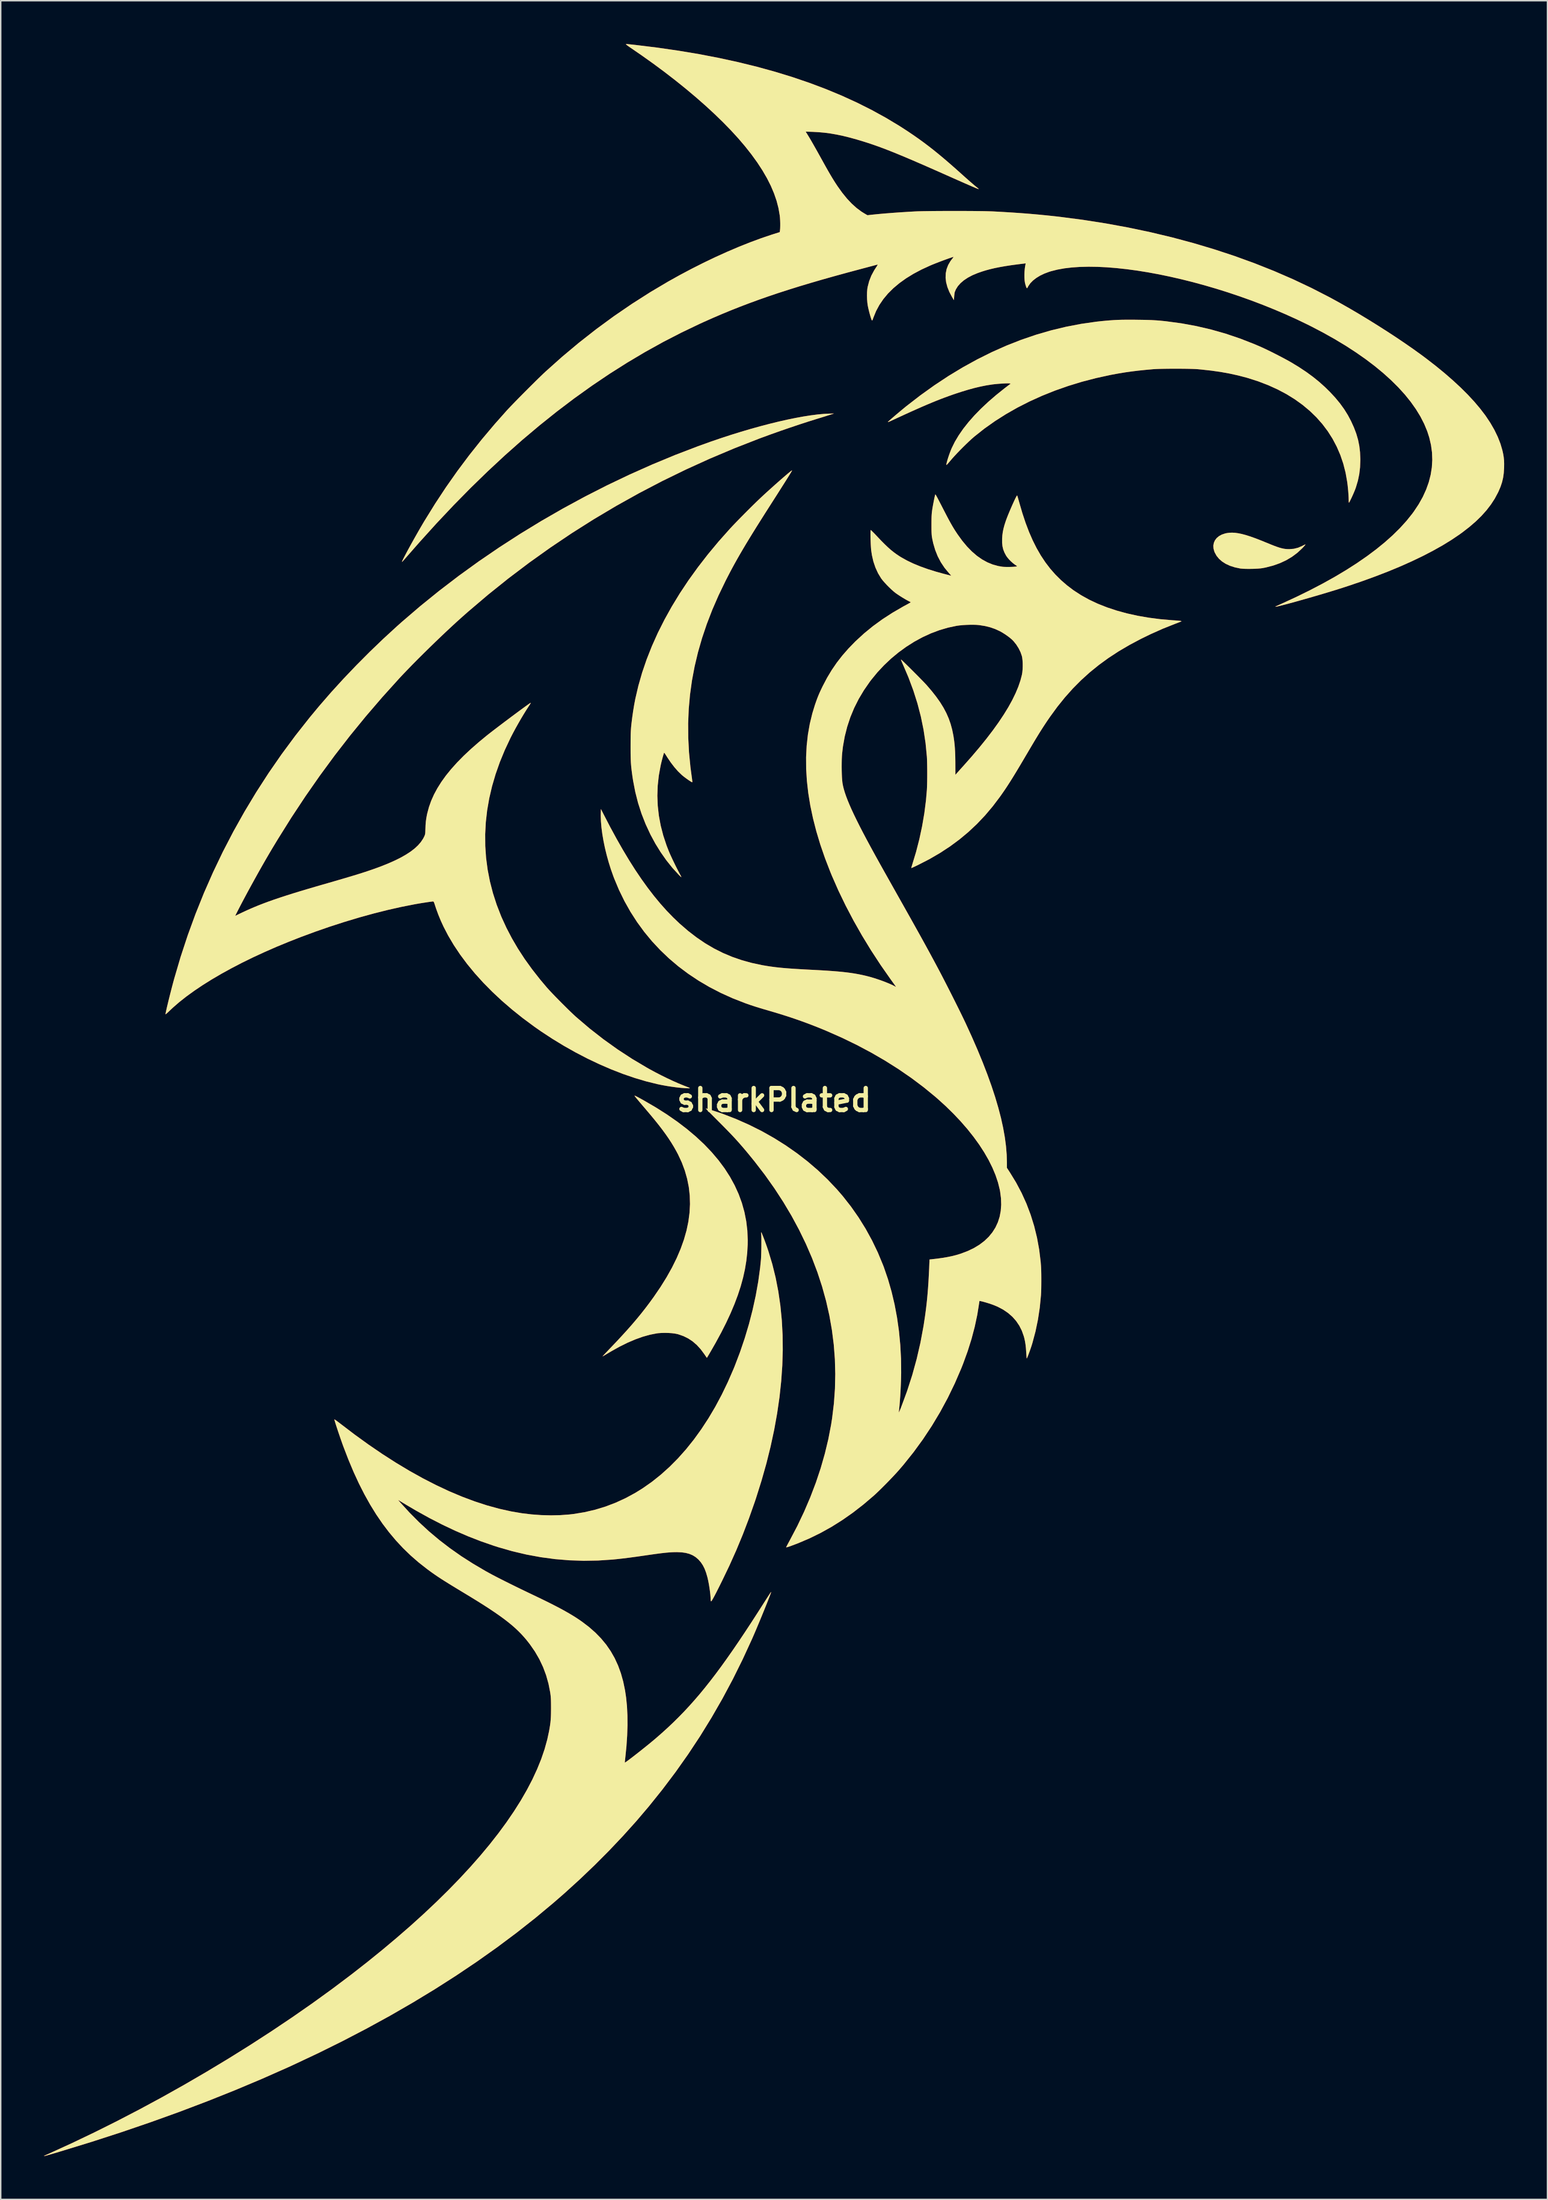
<source format=kicad_pcb>
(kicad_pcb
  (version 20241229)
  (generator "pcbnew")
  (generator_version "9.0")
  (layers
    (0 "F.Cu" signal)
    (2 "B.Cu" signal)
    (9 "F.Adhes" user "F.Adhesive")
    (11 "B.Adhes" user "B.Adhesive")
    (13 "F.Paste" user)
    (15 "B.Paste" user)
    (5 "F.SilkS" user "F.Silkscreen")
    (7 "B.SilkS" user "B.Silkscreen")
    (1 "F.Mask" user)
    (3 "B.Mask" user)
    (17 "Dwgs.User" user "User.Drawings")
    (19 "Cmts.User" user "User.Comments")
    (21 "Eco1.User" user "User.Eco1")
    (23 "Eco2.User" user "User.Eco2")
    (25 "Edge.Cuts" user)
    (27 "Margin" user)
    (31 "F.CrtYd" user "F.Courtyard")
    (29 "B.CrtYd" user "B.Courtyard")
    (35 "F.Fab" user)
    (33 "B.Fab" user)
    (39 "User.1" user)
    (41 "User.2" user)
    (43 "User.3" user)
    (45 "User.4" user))
  (footprint "sharkPlated"
    (layer "F.Cu")
    (at 50.603 73.182)
    (property "Reference" "sharkPlated" (at 0 0 0) (layer "F.SilkS") (effects (font (size 1.524 1.524) (thickness 0.3))))
    (attr through_hole)
    (pad "1" smd custom (at -21 -15) (size 1.524 1.524) (layers "F.Cu" "F.Mask" "F.SilkS" "F.Paste") (options (anchor circle)) (primitives (gr_poly (pts (xy 24.861 -32.487) (xy 24.758 -32.454) (xy 24.617 -32.41) (xy 24.45 -32.358) (xy 24.268 -32.301) (xy 24.082 -32.244) (xy 23.997 -32.218) (xy 23.397 -32.031) (xy 22.764 -31.825) (xy 22.11 -31.606) (xy 21.446 -31.377) (xy 20.786 -31.143) (xy 20.141 -30.907) (xy 19.955 -30.838) (xy 18.241 -30.168) (xy 16.551 -29.455) (xy 14.887 -28.699) (xy 13.249 -27.901) (xy 11.638 -27.06) (xy 10.055 -26.177) (xy 8.499 -25.252) (xy 6.973 -24.286) (xy 5.476 -23.279) (xy 4.009 -22.232) (xy 2.572 -21.145) (xy 1.167 -20.018) (xy -0.206 -18.851) (xy -0.615 -18.49) (xy -0.958 -18.182) (xy -1.324 -17.846) (xy -1.709 -17.487) (xy -2.105 -17.112) (xy -2.508 -16.725) (xy -2.912 -16.333) (xy -3.311 -15.94) (xy -3.699 -15.554) (xy -4.07 -15.179) (xy -4.418 -14.821) (xy -4.739 -14.486) (xy -4.974 -14.235) (xy -6.157 -12.924) (xy -7.297 -11.598) (xy -8.398 -10.251) (xy -9.461 -8.88) (xy -10.49 -7.48) (xy -11.489 -6.048) (xy -12.46 -4.58) (xy -13.405 -3.07) (xy -13.804 -2.41) (xy -14.023 -2.039) (xy -14.256 -1.639) (xy -14.497 -1.218) (xy -14.743 -0.783) (xy -14.989 -0.34) (xy -15.233 0.102) (xy -15.47 0.536) (xy -15.695 0.956) (xy -15.906 1.353) (xy -16.097 1.721) (xy -16.245 2.012) (xy -16.362 2.245) (xy -15.95 2.046) (xy -15.652 1.906) (xy -15.35 1.77) (xy -15.04 1.637) (xy -14.719 1.505) (xy -14.383 1.375) (xy -14.028 1.243) (xy -13.651 1.11) (xy -13.249 0.974) (xy -12.817 0.833) (xy -12.352 0.686) (xy -11.85 0.532) (xy -11.308 0.37) (xy -10.722 0.198) (xy -10.39 0.102) (xy -9.93 -0.03) (xy -9.516 -0.15) (xy -9.143 -0.259) (xy -8.807 -0.357) (xy -8.505 -0.447) (xy -8.233 -0.528) (xy -7.986 -0.603) (xy -7.762 -0.672) (xy -7.556 -0.737) (xy -7.364 -0.799) (xy -7.183 -0.859) (xy -7.008 -0.918) (xy -6.836 -0.977) (xy -6.788 -0.994) (xy -6.234 -1.196) (xy -5.73 -1.399) (xy -5.275 -1.601) (xy -4.866 -1.805) (xy -4.503 -2.012) (xy -4.185 -2.221) (xy -3.909 -2.434) (xy -3.676 -2.652) (xy -3.483 -2.875) (xy -3.329 -3.105) (xy -3.253 -3.25) (xy -3.221 -3.322) (xy -3.198 -3.383) (xy -3.183 -3.447) (xy -3.174 -3.524) (xy -3.169 -3.627) (xy -3.165 -3.768) (xy -3.164 -3.776) (xy -3.154 -4.052) (xy -3.134 -4.298) (xy -3.102 -4.531) (xy -3.057 -4.773) (xy -3.038 -4.858) (xy -2.921 -5.298) (xy -2.766 -5.735) (xy -2.571 -6.172) (xy -2.335 -6.609) (xy -2.059 -7.048) (xy -1.74 -7.491) (xy -1.377 -7.937) (xy -0.97 -8.39) (xy -0.518 -8.85) (xy -0.019 -9.318) (xy 0.527 -9.796) (xy 1.061 -10.237) (xy 1.185 -10.336) (xy 1.334 -10.452) (xy 1.505 -10.585) (xy 1.694 -10.729) (xy 1.897 -10.884) (xy 2.11 -11.045) (xy 2.329 -11.211) (xy 2.552 -11.378) (xy 2.773 -11.544) (xy 2.991 -11.706) (xy 3.199 -11.861) (xy 3.396 -12.006) (xy 3.577 -12.139) (xy 3.739 -12.257) (xy 3.878 -12.357) (xy 3.989 -12.436) (xy 4.07 -12.491) (xy 4.117 -12.52) (xy 4.127 -12.524) (xy 4.119 -12.5) (xy 4.087 -12.442) (xy 4.037 -12.362) (xy 3.988 -12.288) (xy 3.823 -12.034) (xy 3.643 -11.744) (xy 3.455 -11.43) (xy 3.266 -11.101) (xy 3.08 -10.77) (xy 2.905 -10.445) (xy 2.747 -10.139) (xy 2.729 -10.104) (xy 2.333 -9.262) (xy 1.987 -8.422) (xy 1.692 -7.584) (xy 1.447 -6.747) (xy 1.252 -5.912) (xy 1.107 -5.079) (xy 1.013 -4.249) (xy 0.97 -3.422) (xy 0.976 -2.599) (xy 1.033 -1.779) (xy 1.141 -0.962) (xy 1.299 -0.15) (xy 1.507 0.657) (xy 1.766 1.46) (xy 2.075 2.257) (xy 2.112 2.344) (xy 2.448 3.075) (xy 2.825 3.797) (xy 3.244 4.513) (xy 3.708 5.224) (xy 4.219 5.934) (xy 4.777 6.645) (xy 5.246 7.202) (xy 5.363 7.332) (xy 5.51 7.491) (xy 5.682 7.672) (xy 5.873 7.87) (xy 6.077 8.078) (xy 6.287 8.29) (xy 6.498 8.5) (xy 6.703 8.703) (xy 6.897 8.891) (xy 7.073 9.058) (xy 7.225 9.2) (xy 7.297 9.264) (xy 8.219 10.049) (xy 9.17 10.791) (xy 10.149 11.491) (xy 11.155 12.148) (xy 12.188 12.762) (xy 12.339 12.847) (xy 12.744 13.067) (xy 13.161 13.283) (xy 13.578 13.488) (xy 13.987 13.68) (xy 14.378 13.852) (xy 14.741 14.001) (xy 14.873 14.052) (xy 14.978 14.093) (xy 15.066 14.129) (xy 15.126 14.155) (xy 15.144 14.166) (xy 15.15 14.175) (xy 15.142 14.18) (xy 15.11 14.182) (xy 15.049 14.181) (xy 14.952 14.177) (xy 14.815 14.17) (xy 14.539 14.149) (xy 14.227 14.115) (xy 13.893 14.07) (xy 13.549 14.016) (xy 13.209 13.954) (xy 12.91 13.892) (xy 12.133 13.7) (xy 11.338 13.464) (xy 10.529 13.187) (xy 9.711 12.869) (xy 8.888 12.513) (xy 8.064 12.122) (xy 7.244 11.696) (xy 6.43 11.238) (xy 5.628 10.749) (xy 4.842 10.233) (xy 4.369 9.902) (xy 3.584 9.32) (xy 2.838 8.723) (xy 2.131 8.114) (xy 1.466 7.492) (xy 0.843 6.861) (xy 0.264 6.22) (xy -0.27 5.572) (xy -0.758 4.917) (xy -1.199 4.257) (xy -1.592 3.594) (xy -1.913 2.974) (xy -2.101 2.564) (xy -2.271 2.151) (xy -2.418 1.751) (xy -2.486 1.544) (xy -2.528 1.416) (xy -2.558 1.328) (xy -2.583 1.274) (xy -2.605 1.245) (xy -2.628 1.234) (xy -2.643 1.233) (xy -2.693 1.237) (xy -2.785 1.249) (xy -2.91 1.266) (xy -3.061 1.288) (xy -3.228 1.314) (xy -3.404 1.341) (xy -3.581 1.37) (xy -3.749 1.399) (xy -3.892 1.424) (xy -4.814 1.605) (xy -5.767 1.819) (xy -6.745 2.065) (xy -7.744 2.34) (xy -8.756 2.644) (xy -9.777 2.973) (xy -10.801 3.328) (xy -11.821 3.705) (xy -12.641 4.027) (xy -13.497 4.38) (xy -14.325 4.743) (xy -15.124 5.112) (xy -15.892 5.488) (xy -16.626 5.87) (xy -17.325 6.255) (xy -17.987 6.643) (xy -18.609 7.033) (xy -19.189 7.423) (xy -19.727 7.812) (xy -20.219 8.2) (xy -20.663 8.585) (xy -20.879 8.787) (xy -20.977 8.881) (xy -21.062 8.959) (xy -21.128 9.017) (xy -21.168 9.049) (xy -21.176 9.053) (xy -21.175 9.023) (xy -21.163 8.95) (xy -21.14 8.838) (xy -21.107 8.692) (xy -21.067 8.517) (xy -21.019 8.318) (xy -20.967 8.101) (xy -20.909 7.87) (xy -20.849 7.63) (xy -20.787 7.387) (xy -20.724 7.145) (xy -20.662 6.91) (xy -20.602 6.687) (xy -20.576 6.593) (xy -20.131 5.079) (xy -19.639 3.584) (xy -19.1 2.108) (xy -18.515 0.651) (xy -17.882 -0.787) (xy -17.204 -2.204) (xy -16.479 -3.601) (xy -15.709 -4.976) (xy -14.894 -6.329) (xy -14.034 -7.66) (xy -13.129 -8.967) (xy -12.179 -10.251) (xy -11.185 -11.511) (xy -10.54 -12.288) (xy -9.719 -13.234) (xy -8.856 -14.181) (xy -7.958 -15.122) (xy -7.034 -16.05) (xy -6.09 -16.957) (xy -5.134 -17.835) (xy -4.794 -18.137) (xy -3.525 -19.225) (xy -2.215 -20.285) (xy -0.866 -21.317) (xy 0.518 -22.318) (xy 1.936 -23.287) (xy 3.383 -24.222) (xy 4.859 -25.123) (xy 6.359 -25.986) (xy 7.881 -26.812) (xy 9.423 -27.597) (xy 10.983 -28.341) (xy 12.556 -29.042) (xy 14.14 -29.699) (xy 15.734 -30.309) (xy 16.631 -30.631) (xy 17.326 -30.868) (xy 18.018 -31.094) (xy 18.703 -31.306) (xy 19.377 -31.505) (xy 20.039 -31.689) (xy 20.684 -31.858) (xy 21.308 -32.011) (xy 21.91 -32.147) (xy 22.485 -32.265) (xy 23.03 -32.365) (xy 23.542 -32.445) (xy 24.017 -32.506) (xy 24.453 -32.546) (xy 24.759 -32.562) (xy 25.128 -32.573) (xy 24.861 -32.487)) (width 0.01) (fill yes))))
    (pad "1" smd custom (at -7 -29.75) (size 1.524 1.524) (layers "F.Cu" "F.Mask" "F.SilkS" "F.Paste") (options (anchor circle)) (primitives (gr_poly (pts (xy 8.237 -13.878) (xy 8.233 -13.864) (xy 8.214 -13.828) (xy 8.179 -13.768) (xy 8.127 -13.681) (xy 8.057 -13.567) (xy 7.968 -13.424) (xy 7.859 -13.25) (xy 7.729 -13.044) (xy 7.576 -12.803) (xy 7.4 -12.526) (xy 7.2 -12.211) (xy 6.974 -11.858) (xy 6.722 -11.463) (xy 6.721 -11.461) (xy 6.384 -10.934) (xy 6.075 -10.445) (xy 5.789 -9.991) (xy 5.526 -9.568) (xy 5.283 -9.173) (xy 5.057 -8.801) (xy 4.848 -8.45) (xy 4.652 -8.115) (xy 4.467 -7.793) (xy 4.292 -7.481) (xy 4.124 -7.175) (xy 3.961 -6.87) (xy 3.802 -6.564) (xy 3.642 -6.253) (xy 3.624 -6.216) (xy 3.144 -5.221) (xy 2.714 -4.233) (xy 2.334 -3.249) (xy 2.003 -2.268) (xy 1.721 -1.289) (xy 1.488 -0.31) (xy 1.303 0.671) (xy 1.167 1.655) (xy 1.078 2.644) (xy 1.037 3.64) (xy 1.044 4.644) (xy 1.097 5.658) (xy 1.197 6.683) (xy 1.287 7.356) (xy 1.305 7.484) (xy 1.318 7.593) (xy 1.326 7.674) (xy 1.327 7.717) (xy 1.326 7.721) (xy 1.298 7.715) (xy 1.239 7.683) (xy 1.154 7.629) (xy 1.052 7.56) (xy 0.94 7.481) (xy 0.825 7.396) (xy 0.716 7.312) (xy 0.619 7.232) (xy 0.596 7.212) (xy 0.347 6.972) (xy 0.096 6.687) (xy -0.154 6.362) (xy -0.399 6) (xy -0.458 5.906) (xy -0.518 5.811) (xy -0.57 5.734) (xy -0.606 5.685) (xy -0.62 5.671) (xy -0.635 5.694) (xy -0.658 5.76) (xy -0.689 5.86) (xy -0.725 5.987) (xy -0.764 6.133) (xy -0.804 6.291) (xy -0.843 6.453) (xy -0.873 6.585) (xy -0.998 7.276) (xy -1.073 7.967) (xy -1.097 8.659) (xy -1.07 9.35) (xy -0.993 10.042) (xy -0.864 10.733) (xy -0.685 11.424) (xy -0.456 12.114) (xy -0.299 12.516) (xy -0.229 12.679) (xy -0.14 12.874) (xy -0.039 13.092) (xy 0.071 13.32) (xy 0.182 13.547) (xy 0.29 13.761) (xy 0.389 13.951) (xy 0.456 14.076) (xy 0.506 14.168) (xy 0.544 14.242) (xy 0.564 14.287) (xy 0.566 14.297) (xy 0.547 14.284) (xy 0.499 14.241) (xy 0.433 14.176) (xy 0.379 14.122) (xy -0.056 13.645) (xy -0.471 13.125) (xy -0.862 12.568) (xy -1.227 11.979) (xy -1.56 11.363) (xy -1.574 11.335) (xy -1.903 10.627) (xy -2.186 9.905) (xy -2.424 9.165) (xy -2.618 8.403) (xy -2.77 7.616) (xy -2.815 7.322) (xy -2.847 7.092) (xy -2.873 6.888) (xy -2.895 6.7) (xy -2.911 6.52) (xy -2.924 6.34) (xy -2.932 6.149) (xy -2.938 5.941) (xy -2.942 5.706) (xy -2.943 5.434) (xy -2.943 5.214) (xy -2.942 4.942) (xy -2.941 4.714) (xy -2.938 4.52) (xy -2.934 4.353) (xy -2.928 4.206) (xy -2.92 4.069) (xy -2.91 3.935) (xy -2.896 3.796) (xy -2.884 3.677) (xy -2.832 3.251) (xy -2.769 2.811) (xy -2.698 2.379) (xy -2.622 1.975) (xy -2.617 1.95) (xy -2.404 1.038) (xy -2.142 0.124) (xy -1.829 -0.792) (xy -1.467 -1.707) (xy -1.057 -2.623) (xy -0.597 -3.537) (xy -0.09 -4.449) (xy 0.465 -5.359) (xy 1.067 -6.265) (xy 1.717 -7.166) (xy 2.412 -8.063) (xy 3.153 -8.954) (xy 3.94 -9.838) (xy 3.973 -9.874) (xy 4.119 -10.03) (xy 4.295 -10.214) (xy 4.494 -10.42) (xy 4.71 -10.641) (xy 4.937 -10.87) (xy 5.166 -11.101) (xy 5.393 -11.327) (xy 5.61 -11.54) (xy 5.811 -11.736) (xy 5.987 -11.904) (xy 6.145 -12.053) (xy 6.317 -12.213) (xy 6.501 -12.381) (xy 6.693 -12.555) (xy 6.888 -12.73) (xy 7.083 -12.905) (xy 7.275 -13.074) (xy 7.459 -13.236) (xy 7.633 -13.387) (xy 7.791 -13.524) (xy 7.932 -13.643) (xy 8.05 -13.741) (xy 8.142 -13.815) (xy 8.205 -13.862) (xy 8.235 -13.879) (xy 8.237 -13.878)) (width 0.01) (fill yes))))
    (pad "1" smd custom (at -4.75 27.25) (size 1.524 1.524) (layers "F.Cu" "F.Mask" "F.SilkS" "F.Paste") (options (anchor circle)) (primitives (gr_poly (pts (xy 3.871 -18.058) (xy 3.902 -17.993) (xy 3.944 -17.892) (xy 3.996 -17.763) (xy 4.055 -17.61) (xy 4.118 -17.44) (xy 4.183 -17.26) (xy 4.249 -17.075) (xy 4.311 -16.892) (xy 4.347 -16.785) (xy 4.621 -15.876) (xy 4.851 -14.943) (xy 5.037 -13.985) (xy 5.179 -13.004) (xy 5.278 -12) (xy 5.333 -10.975) (xy 5.345 -9.928) (xy 5.313 -8.86) (xy 5.237 -7.773) (xy 5.119 -6.667) (xy 4.956 -5.543) (xy 4.751 -4.402) (xy 4.502 -3.243) (xy 4.21 -2.069) (xy 3.874 -0.88) (xy 3.496 0.323) (xy 3.405 0.596) (xy 3.002 1.739) (xy 2.579 2.848) (xy 2.128 3.936) (xy 1.645 5.015) (xy 1.142 6.062) (xy 0.983 6.382) (xy 0.845 6.657) (xy 0.727 6.89) (xy 0.627 7.082) (xy 0.545 7.234) (xy 0.481 7.349) (xy 0.432 7.428) (xy 0.399 7.472) (xy 0.381 7.484) (xy 0.38 7.484) (xy 0.365 7.451) (xy 0.357 7.387) (xy 0.356 7.35) (xy 0.349 7.19) (xy 0.332 6.993) (xy 0.305 6.77) (xy 0.271 6.534) (xy 0.232 6.296) (xy 0.188 6.068) (xy 0.142 5.862) (xy 0.127 5.803) (xy 0.036 5.492) (xy -0.066 5.223) (xy -0.184 4.991) (xy -0.32 4.786) (xy -0.479 4.603) (xy -0.505 4.576) (xy -0.688 4.419) (xy -0.891 4.293) (xy -1.117 4.196) (xy -1.372 4.128) (xy -1.659 4.087) (xy -1.984 4.073) (xy -2.248 4.077) (xy -2.392 4.084) (xy -2.542 4.095) (xy -2.704 4.109) (xy -2.881 4.127) (xy -3.081 4.15) (xy -3.308 4.179) (xy -3.569 4.215) (xy -3.868 4.257) (xy -4.212 4.307) (xy -4.225 4.309) (xy -4.777 4.388) (xy -5.281 4.456) (xy -5.739 4.513) (xy -6.152 4.559) (xy -6.445 4.588) (xy -7.45 4.655) (xy -8.449 4.672) (xy -9.443 4.639) (xy -10.434 4.557) (xy -11.423 4.424) (xy -12.411 4.242) (xy -13.399 4.009) (xy -14.388 3.725) (xy -14.681 3.631) (xy -15.57 3.323) (xy -16.455 2.979) (xy -17.341 2.597) (xy -18.232 2.176) (xy -19.132 1.714) (xy -20.045 1.208) (xy -20.733 0.804) (xy -21.336 0.441) (xy -21.155 0.648) (xy -20.515 1.348) (xy -19.855 2.012) (xy -19.172 2.642) (xy -18.46 3.24) (xy -17.716 3.811) (xy -16.937 4.358) (xy -16.118 4.882) (xy -15.256 5.389) (xy -14.96 5.552) (xy -14.749 5.666) (xy -14.498 5.797) (xy -14.211 5.944) (xy -13.895 6.104) (xy -13.555 6.273) (xy -13.196 6.45) (xy -12.825 6.631) (xy -12.447 6.813) (xy -12.068 6.995) (xy -12.052 7.002) (xy -11.572 7.232) (xy -11.135 7.444) (xy -10.738 7.641) (xy -10.376 7.826) (xy -10.047 7.999) (xy -9.746 8.164) (xy -9.469 8.322) (xy -9.213 8.475) (xy -8.974 8.625) (xy -8.748 8.775) (xy -8.562 8.904) (xy -8.078 9.273) (xy -7.638 9.66) (xy -7.242 10.067) (xy -6.888 10.495) (xy -6.576 10.948) (xy -6.303 11.428) (xy -6.07 11.936) (xy -5.873 12.475) (xy -5.713 13.047) (xy -5.587 13.654) (xy -5.513 14.152) (xy -5.453 14.753) (xy -5.421 15.393) (xy -5.416 16.07) (xy -5.439 16.779) (xy -5.488 17.517) (xy -5.562 18.253) (xy -5.577 18.391) (xy -5.589 18.51) (xy -5.598 18.601) (xy -5.602 18.656) (xy -5.601 18.668) (xy -5.577 18.658) (xy -5.517 18.62) (xy -5.426 18.555) (xy -5.308 18.468) (xy -5.168 18.362) (xy -5.009 18.24) (xy -4.835 18.105) (xy -4.651 17.961) (xy -4.46 17.81) (xy -4.268 17.656) (xy -4.077 17.503) (xy -3.892 17.353) (xy -3.718 17.209) (xy -3.558 17.076) (xy -3.417 16.956) (xy -3.016 16.605) (xy -2.626 16.251) (xy -2.245 15.891) (xy -1.872 15.523) (xy -1.503 15.145) (xy -1.139 14.754) (xy -0.776 14.348) (xy -0.412 13.925) (xy -0.047 13.481) (xy 0.323 13.015) (xy 0.699 12.525) (xy 1.083 12.007) (xy 1.476 11.46) (xy 1.882 10.881) (xy 2.301 10.268) (xy 2.736 9.618) (xy 3.188 8.93) (xy 3.66 8.199) (xy 3.999 7.668) (xy 4.117 7.484) (xy 4.225 7.315) (xy 4.322 7.164) (xy 4.405 7.038) (xy 4.47 6.939) (xy 4.514 6.873) (xy 4.536 6.845) (xy 4.537 6.844) (xy 4.532 6.871) (xy 4.509 6.941) (xy 4.47 7.049) (xy 4.416 7.19) (xy 4.349 7.361) (xy 4.272 7.558) (xy 4.185 7.774) (xy 4.091 8.008) (xy 3.991 8.253) (xy 3.888 8.506) (xy 3.782 8.763) (xy 3.675 9.019) (xy 3.57 9.269) (xy 3.469 9.51) (xy 3.372 9.736) (xy 3.281 9.945) (xy 3.219 10.088) (xy 2.567 11.505) (xy 1.883 12.885) (xy 1.164 14.23) (xy 0.41 15.542) (xy -0.381 16.826) (xy -1.212 18.083) (xy -2.084 19.317) (xy -2.999 20.53) (xy -3.935 21.696) (xy -4.806 22.72) (xy -5.725 23.742) (xy -6.685 24.756) (xy -7.683 25.758) (xy -8.715 26.744) (xy -9.776 27.709) (xy -10.536 28.371) (xy -11.794 29.42) (xy -13.099 30.449) (xy -14.45 31.459) (xy -15.847 32.449) (xy -17.289 33.419) (xy -18.776 34.369) (xy -20.308 35.298) (xy -21.883 36.207) (xy -23.503 37.094) (xy -25.165 37.96) (xy -26.87 38.804) (xy -28.617 39.626) (xy -28.956 39.781) (xy -30.77 40.584) (xy -32.63 41.366) (xy -34.536 42.127) (xy -36.485 42.867) (xy -38.478 43.584) (xy -40.515 44.28) (xy -42.593 44.953) (xy -44.713 45.603) (xy -44.956 45.676) (xy -45.195 45.747) (xy -45.39 45.804) (xy -45.545 45.849) (xy -45.663 45.882) (xy -45.748 45.905) (xy -45.805 45.919) (xy -45.837 45.925) (xy -45.848 45.924) (xy -45.845 45.918) (xy -45.819 45.905) (xy -45.755 45.875) (xy -45.661 45.832) (xy -45.546 45.78) (xy -45.478 45.75) (xy -43.926 45.041) (xy -42.364 44.294) (xy -40.798 43.512) (xy -39.232 42.698) (xy -37.671 41.855) (xy -36.119 40.984) (xy -34.581 40.089) (xy -33.061 39.173) (xy -31.565 38.239) (xy -30.096 37.288) (xy -28.659 36.324) (xy -27.258 35.349) (xy -25.9 34.367) (xy -24.587 33.379) (xy -24.511 33.321) (xy -23.432 32.477) (xy -22.395 31.637) (xy -21.399 30.801) (xy -20.444 29.971) (xy -19.532 29.146) (xy -18.662 28.326) (xy -17.835 27.513) (xy -17.051 26.707) (xy -16.311 25.908) (xy -15.614 25.117) (xy -14.962 24.334) (xy -14.355 23.56) (xy -13.793 22.795) (xy -13.277 22.039) (xy -12.806 21.294) (xy -12.382 20.559) (xy -12.004 19.835) (xy -11.674 19.122) (xy -11.39 18.422) (xy -11.155 17.734) (xy -10.968 17.059) (xy -10.848 16.502) (xy -10.806 16.268) (xy -10.773 16.063) (xy -10.748 15.875) (xy -10.731 15.691) (xy -10.719 15.5) (xy -10.712 15.289) (xy -10.709 15.048) (xy -10.708 14.876) (xy -10.709 14.651) (xy -10.711 14.467) (xy -10.715 14.315) (xy -10.721 14.186) (xy -10.73 14.071) (xy -10.743 13.959) (xy -10.759 13.843) (xy -10.765 13.799) (xy -10.884 13.193) (xy -11.049 12.607) (xy -11.26 12.042) (xy -11.518 11.496) (xy -11.823 10.969) (xy -12.176 10.459) (xy -12.415 10.155) (xy -12.597 9.943) (xy -12.787 9.736) (xy -12.989 9.532) (xy -13.206 9.328) (xy -13.441 9.123) (xy -13.697 8.915) (xy -13.975 8.7) (xy -14.28 8.478) (xy -14.615 8.245) (xy -14.981 8) (xy -15.382 7.74) (xy -15.821 7.464) (xy -16.301 7.169) (xy -16.662 6.95) (xy -17.015 6.737) (xy -17.328 6.547) (xy -17.607 6.377) (xy -17.854 6.224) (xy -18.076 6.086) (xy -18.275 5.959) (xy -18.457 5.84) (xy -18.626 5.728) (xy -18.786 5.618) (xy -18.941 5.509) (xy -19.097 5.397) (xy -19.257 5.279) (xy -19.317 5.234) (xy -19.891 4.784) (xy -20.438 4.307) (xy -20.961 3.802) (xy -21.459 3.268) (xy -21.935 2.701) (xy -22.39 2.101) (xy -22.825 1.464) (xy -23.241 0.79) (xy -23.64 0.076) (xy -24.024 -0.679) (xy -24.393 -1.479) (xy -24.748 -2.324) (xy -25.092 -3.217) (xy -25.108 -3.26) (xy -25.172 -3.435) (xy -25.239 -3.626) (xy -25.309 -3.827) (xy -25.379 -4.031) (xy -25.448 -4.233) (xy -25.513 -4.428) (xy -25.573 -4.61) (xy -25.625 -4.772) (xy -25.668 -4.91) (xy -25.7 -5.017) (xy -25.719 -5.088) (xy -25.723 -5.116) (xy -25.723 -5.117) (xy -25.7 -5.106) (xy -25.643 -5.068) (xy -25.559 -5.007) (xy -25.454 -4.929) (xy -25.333 -4.836) (xy -25.307 -4.816) (xy -24.329 -4.071) (xy -23.361 -3.372) (xy -22.403 -2.718) (xy -21.455 -2.11) (xy -20.518 -1.548) (xy -19.592 -1.033) (xy -18.678 -0.564) (xy -17.777 -0.141) (xy -16.888 0.234) (xy -16.012 0.562) (xy -15.15 0.843) (xy -14.302 1.076) (xy -13.469 1.261) (xy -12.722 1.388) (xy -12.057 1.467) (xy -11.387 1.516) (xy -10.722 1.533) (xy -10.072 1.519) (xy -9.446 1.473) (xy -9.144 1.438) (xy -8.391 1.314) (xy -7.654 1.142) (xy -6.932 0.922) (xy -6.227 0.653) (xy -5.539 0.337) (xy -4.868 -0.027) (xy -4.356 -0.345) (xy -3.716 -0.794) (xy -3.095 -1.29) (xy -2.493 -1.832) (xy -1.911 -2.418) (xy -1.35 -3.048) (xy -0.81 -3.722) (xy -0.293 -4.438) (xy 0.202 -5.195) (xy 0.674 -5.992) (xy 1.121 -6.829) (xy 1.544 -7.705) (xy 1.942 -8.619) (xy 2.023 -8.817) (xy 2.388 -9.775) (xy 2.718 -10.748) (xy 3.011 -11.73) (xy 3.265 -12.716) (xy 3.48 -13.698) (xy 3.654 -14.672) (xy 3.785 -15.631) (xy 3.84 -16.176) (xy 3.848 -16.293) (xy 3.855 -16.442) (xy 3.861 -16.615) (xy 3.866 -16.805) (xy 3.87 -17.003) (xy 3.872 -17.203) (xy 3.872 -17.397) (xy 3.872 -17.577) (xy 3.87 -17.736) (xy 3.866 -17.867) (xy 3.86 -17.961) (xy 3.854 -18.011) (xy 3.846 -18.06) (xy 3.855 -18.081) (xy 3.871 -18.058)) (width 0.01) (fill yes))))
    (pad "1" smd custom (at -4 10.75) (size 1.524 1.524) (layers "F.Cu" "F.Mask" "F.SilkS" "F.Paste") (options (anchor circle)) (primitives (gr_poly (pts (xy -5.619 -11.036) (xy -5.562 -11.009) (xy -5.477 -10.965) (xy -5.361 -10.903) (xy -5.208 -10.819) (xy -5.017 -10.712) (xy -4.199 -10.236) (xy -3.43 -9.748) (xy -2.711 -9.248) (xy -2.041 -8.737) (xy -1.421 -8.214) (xy -0.85 -7.68) (xy -0.329 -7.135) (xy 0.143 -6.577) (xy 0.566 -6.009) (xy 0.939 -5.428) (xy 1.262 -4.837) (xy 1.537 -4.233) (xy 1.762 -3.618) (xy 1.937 -2.991) (xy 2.063 -2.353) (xy 2.14 -1.703) (xy 2.167 -1.042) (xy 2.163 -0.73) (xy 2.131 -0.163) (xy 2.067 0.406) (xy 1.972 0.98) (xy 1.843 1.562) (xy 1.681 2.154) (xy 1.483 2.759) (xy 1.25 3.38) (xy 0.981 4.019) (xy 0.674 4.679) (xy 0.329 5.361) (xy -0.056 6.07) (xy -0.357 6.597) (xy -0.441 6.741) (xy -0.516 6.87) (xy -0.58 6.976) (xy -0.627 7.054) (xy -0.654 7.099) (xy -0.66 7.106) (xy -0.675 7.086) (xy -0.713 7.033) (xy -0.768 6.953) (xy -0.832 6.859) (xy -1.084 6.518) (xy -1.352 6.224) (xy -1.64 5.975) (xy -1.949 5.769) (xy -2.281 5.604) (xy -2.641 5.479) (xy -2.704 5.462) (xy -2.879 5.427) (xy -3.09 5.401) (xy -3.324 5.385) (xy -3.568 5.379) (xy -3.807 5.385) (xy -4.03 5.401) (xy -4.142 5.416) (xy -4.616 5.509) (xy -5.112 5.649) (xy -5.628 5.834) (xy -6.165 6.064) (xy -6.72 6.339) (xy -7.294 6.659) (xy -7.469 6.764) (xy -7.597 6.84) (xy -7.708 6.907) (xy -7.798 6.959) (xy -7.857 6.993) (xy -7.88 7.005) (xy -7.866 6.987) (xy -7.821 6.937) (xy -7.749 6.86) (xy -7.655 6.76) (xy -7.541 6.641) (xy -7.414 6.507) (xy -7.361 6.452) (xy -6.928 5.998) (xy -6.53 5.57) (xy -6.162 5.165) (xy -5.82 4.776) (xy -5.5 4.399) (xy -5.196 4.028) (xy -4.906 3.658) (xy -4.623 3.283) (xy -4.345 2.9) (xy -3.872 2.208) (xy -3.449 1.528) (xy -3.074 0.859) (xy -2.749 0.201) (xy -2.473 -0.446) (xy -2.246 -1.083) (xy -2.067 -1.711) (xy -1.938 -2.329) (xy -1.858 -2.938) (xy -1.826 -3.539) (xy -1.843 -4.131) (xy -1.908 -4.716) (xy -2.023 -5.293) (xy -2.185 -5.864) (xy -2.396 -6.428) (xy -2.656 -6.986) (xy -2.769 -7.199) (xy -2.936 -7.495) (xy -3.114 -7.789) (xy -3.306 -8.084) (xy -3.516 -8.387) (xy -3.747 -8.702) (xy -4.002 -9.034) (xy -4.286 -9.388) (xy -4.602 -9.769) (xy -4.775 -9.973) (xy -4.972 -10.205) (xy -5.139 -10.401) (xy -5.278 -10.565) (xy -5.391 -10.699) (xy -5.481 -10.806) (xy -5.55 -10.889) (xy -5.6 -10.951) (xy -5.635 -10.995) (xy -5.656 -11.024) (xy -5.666 -11.04) (xy -5.668 -11.048) (xy -5.667 -11.048) (xy -5.653 -11.048) (xy -5.619 -11.036)) (width 0.01) (fill yes))))
    (pad "1" smd custom (at 19.25 -31.25) (size 1.524 1.524) (layers "F.Cu" "F.Mask" "F.SilkS" "F.Paste") (options (anchor circle)) (primitives (gr_poly (pts (xy -8.068 -10.707) (xy -8.055 -10.692) (xy -8.036 -10.663) (xy -8.009 -10.617) (xy -7.971 -10.548) (xy -7.92 -10.454) (xy -7.856 -10.331) (xy -7.775 -10.174) (xy -7.675 -9.981) (xy -7.554 -9.746) (xy -7.528 -9.695) (xy -7.375 -9.399) (xy -7.241 -9.142) (xy -7.122 -8.919) (xy -7.013 -8.722) (xy -6.912 -8.545) (xy -6.815 -8.382) (xy -6.718 -8.226) (xy -6.617 -8.072) (xy -6.531 -7.943) (xy -6.209 -7.499) (xy -5.88 -7.105) (xy -5.543 -6.76) (xy -5.198 -6.463) (xy -4.844 -6.215) (xy -4.48 -6.014) (xy -4.104 -5.86) (xy -3.717 -5.753) (xy -3.438 -5.705) (xy -3.327 -5.695) (xy -3.184 -5.69) (xy -3.024 -5.688) (xy -2.858 -5.691) (xy -2.702 -5.698) (xy -2.567 -5.707) (xy -2.467 -5.72) (xy -2.453 -5.723) (xy -2.42 -5.732) (xy -2.411 -5.745) (xy -2.43 -5.767) (xy -2.482 -5.805) (xy -2.555 -5.854) (xy -2.693 -5.958) (xy -2.837 -6.087) (xy -2.975 -6.228) (xy -3.092 -6.367) (xy -3.168 -6.477) (xy -3.283 -6.694) (xy -3.366 -6.906) (xy -3.418 -7.127) (xy -3.443 -7.369) (xy -3.443 -7.645) (xy -3.443 -7.65) (xy -3.427 -7.888) (xy -3.396 -8.118) (xy -3.348 -8.352) (xy -3.28 -8.603) (xy -3.195 -8.865) (xy -3.149 -8.994) (xy -3.092 -9.145) (xy -3.025 -9.312) (xy -2.951 -9.491) (xy -2.873 -9.675) (xy -2.794 -9.858) (xy -2.716 -10.035) (xy -2.641 -10.2) (xy -2.572 -10.347) (xy -2.512 -10.47) (xy -2.463 -10.564) (xy -2.428 -10.624) (xy -2.409 -10.642) (xy -2.408 -10.641) (xy -2.396 -10.612) (xy -2.373 -10.541) (xy -2.342 -10.437) (xy -2.305 -10.307) (xy -2.264 -10.159) (xy -2.258 -10.139) (xy -2.048 -9.421) (xy -1.825 -8.749) (xy -1.587 -8.122) (xy -1.332 -7.537) (xy -1.059 -6.992) (xy -0.766 -6.484) (xy -0.452 -6.011) (xy -0.116 -5.571) (xy 0.245 -5.16) (xy 0.631 -4.777) (xy 1.044 -4.419) (xy 1.486 -4.084) (xy 1.514 -4.064) (xy 2.031 -3.729) (xy 2.588 -3.421) (xy 3.186 -3.14) (xy 3.822 -2.888) (xy 4.495 -2.665) (xy 5.203 -2.471) (xy 5.945 -2.307) (xy 6.719 -2.173) (xy 7.523 -2.069) (xy 8.322 -1.999) (xy 8.53 -1.985) (xy 8.693 -1.972) (xy 8.814 -1.962) (xy 8.898 -1.953) (xy 8.949 -1.944) (xy 8.974 -1.936) (xy 8.974 -1.927) (xy 8.968 -1.922) (xy 8.932 -1.906) (xy 8.858 -1.877) (xy 8.755 -1.837) (xy 8.633 -1.79) (xy 8.581 -1.771) (xy 7.709 -1.425) (xy 6.829 -1.033) (xy 6.175 -0.714) (xy 5.382 -0.293) (xy 4.634 0.146) (xy 3.927 0.608) (xy 3.259 1.094) (xy 2.625 1.608) (xy 2.023 2.153) (xy 1.45 2.73) (xy 0.901 3.345) (xy 0.375 3.998) (xy -0.133 4.694) (xy -0.347 5.006) (xy -0.455 5.168) (xy -0.558 5.325) (xy -0.658 5.48) (xy -0.759 5.638) (xy -0.864 5.804) (xy -0.974 5.984) (xy -1.095 6.182) (xy -1.228 6.403) (xy -1.376 6.652) (xy -1.543 6.934) (xy -1.731 7.253) (xy -1.788 7.349) (xy -2.013 7.731) (xy -2.217 8.075) (xy -2.401 8.382) (xy -2.569 8.659) (xy -2.722 8.909) (xy -2.865 9.137) (xy -2.999 9.347) (xy -3.127 9.544) (xy -3.252 9.731) (xy -3.378 9.915) (xy -3.506 10.098) (xy -3.601 10.232) (xy -4.105 10.898) (xy -4.635 11.525) (xy -5.194 12.114) (xy -5.783 12.667) (xy -6.405 13.185) (xy -7.062 13.671) (xy -7.757 14.126) (xy -8.492 14.553) (xy -9.268 14.952) (xy -9.315 14.975) (xy -9.448 15.038) (xy -9.564 15.093) (xy -9.656 15.134) (xy -9.716 15.16) (xy -9.738 15.167) (xy -9.734 15.141) (xy -9.717 15.078) (xy -9.69 14.989) (xy -9.672 14.93) (xy -9.409 14.059) (xy -9.18 13.17) (xy -8.988 12.271) (xy -8.834 11.372) (xy -8.721 10.483) (xy -8.659 9.766) (xy -8.65 9.595) (xy -8.643 9.384) (xy -8.638 9.143) (xy -8.635 8.883) (xy -8.634 8.613) (xy -8.635 8.343) (xy -8.638 8.084) (xy -8.643 7.844) (xy -8.649 7.634) (xy -8.658 7.464) (xy -8.659 7.45) (xy -8.749 6.517) (xy -8.888 5.593) (xy -9.075 4.676) (xy -9.312 3.766) (xy -9.599 2.86) (xy -9.936 1.957) (xy -10.287 1.134) (xy -10.345 1.004) (xy -10.394 0.891) (xy -10.43 0.802) (xy -10.451 0.745) (xy -10.454 0.728) (xy -10.433 0.743) (xy -10.382 0.789) (xy -10.302 0.863) (xy -10.2 0.962) (xy -10.079 1.08) (xy -9.942 1.214) (xy -9.795 1.36) (xy -9.641 1.513) (xy -9.485 1.67) (xy -9.329 1.826) (xy -9.18 1.978) (xy -9.04 2.121) (xy -8.914 2.25) (xy -8.806 2.363) (xy -8.72 2.455) (xy -8.674 2.505) (xy -8.323 2.915) (xy -8.015 3.307) (xy -7.746 3.687) (xy -7.515 4.059) (xy -7.319 4.43) (xy -7.155 4.804) (xy -7.021 5.186) (xy -6.913 5.583) (xy -6.829 5.998) (xy -6.806 6.144) (xy -6.772 6.385) (xy -6.745 6.626) (xy -6.725 6.875) (xy -6.71 7.142) (xy -6.7 7.436) (xy -6.694 7.766) (xy -6.693 7.954) (xy -6.69 8.724) (xy -6.614 8.636) (xy -6.575 8.592) (xy -6.509 8.518) (xy -6.42 8.418) (xy -6.314 8.3) (xy -6.197 8.17) (xy -6.117 8.082) (xy -5.543 7.433) (xy -5.013 6.808) (xy -4.527 6.207) (xy -4.085 5.629) (xy -3.685 5.072) (xy -3.329 4.538) (xy -3.014 4.025) (xy -2.742 3.532) (xy -2.512 3.059) (xy -2.322 2.606) (xy -2.174 2.172) (xy -2.073 1.786) (xy -2.043 1.612) (xy -2.024 1.409) (xy -2.016 1.191) (xy -2.017 0.972) (xy -2.03 0.766) (xy -2.052 0.586) (xy -2.075 0.478) (xy -2.168 0.21) (xy -2.301 -0.059) (xy -2.464 -0.317) (xy -2.65 -0.548) (xy -2.756 -0.657) (xy -2.892 -0.775) (xy -3.06 -0.903) (xy -3.244 -1.031) (xy -3.43 -1.149) (xy -3.6 -1.244) (xy -3.926 -1.394) (xy -4.263 -1.512) (xy -4.622 -1.602) (xy -5.015 -1.665) (xy -5.063 -1.671) (xy -5.236 -1.685) (xy -5.447 -1.691) (xy -5.681 -1.69) (xy -5.924 -1.682) (xy -6.164 -1.668) (xy -6.388 -1.647) (xy -6.58 -1.622) (xy -6.598 -1.619) (xy -7.199 -1.492) (xy -7.796 -1.316) (xy -8.387 -1.094) (xy -8.97 -0.826) (xy -9.539 -0.516) (xy -10.094 -0.164) (xy -10.63 0.226) (xy -11.145 0.653) (xy -11.635 1.116) (xy -12.098 1.611) (xy -12.53 2.138) (xy -12.619 2.256) (xy -13.028 2.846) (xy -13.39 3.452) (xy -13.704 4.076) (xy -13.97 4.718) (xy -14.188 5.377) (xy -14.36 6.055) (xy -14.484 6.751) (xy -14.54 7.228) (xy -14.555 7.423) (xy -14.565 7.649) (xy -14.57 7.896) (xy -14.572 8.153) (xy -14.569 8.412) (xy -14.562 8.662) (xy -14.552 8.893) (xy -14.537 9.096) (xy -14.519 9.26) (xy -14.515 9.291) (xy -14.477 9.489) (xy -14.423 9.705) (xy -14.353 9.939) (xy -14.266 10.194) (xy -14.16 10.472) (xy -14.035 10.774) (xy -13.891 11.102) (xy -13.725 11.459) (xy -13.538 11.844) (xy -13.329 12.262) (xy -13.097 12.712) (xy -12.84 13.198) (xy -12.559 13.72) (xy -12.251 14.282) (xy -11.918 14.883) (xy -11.82 15.057) (xy -11.742 15.197) (xy -11.642 15.376) (xy -11.522 15.589) (xy -11.386 15.831) (xy -11.237 16.096) (xy -11.077 16.381) (xy -10.909 16.679) (xy -10.737 16.986) (xy -10.562 17.296) (xy -10.389 17.604) (xy -10.342 17.686) (xy -10.065 18.18) (xy -9.81 18.633) (xy -9.576 19.051) (xy -9.36 19.439) (xy -9.159 19.799) (xy -8.972 20.137) (xy -8.795 20.458) (xy -8.627 20.765) (xy -8.464 21.063) (xy -8.306 21.356) (xy -8.148 21.649) (xy -7.989 21.946) (xy -7.924 22.068) (xy -7.778 22.343) (xy -7.618 22.649) (xy -7.448 22.979) (xy -7.27 23.326) (xy -7.088 23.683) (xy -6.906 24.043) (xy -6.727 24.399) (xy -6.554 24.746) (xy -6.391 25.075) (xy -6.241 25.381) (xy -6.108 25.656) (xy -5.995 25.894) (xy -5.984 25.916) (xy -5.553 26.857) (xy -5.158 27.763) (xy -4.799 28.634) (xy -4.475 29.472) (xy -4.186 30.276) (xy -3.932 31.049) (xy -3.714 31.79) (xy -3.529 32.499) (xy -3.38 33.179) (xy -3.264 33.829) (xy -3.183 34.45) (xy -3.135 35.042) (xy -3.121 35.562) (xy -3.121 35.946) (xy -2.908 36.272) (xy -2.481 36.971) (xy -2.099 37.693) (xy -1.763 38.435) (xy -1.474 39.198) (xy -1.231 39.981) (xy -1.034 40.785) (xy -0.884 41.607) (xy -0.781 42.449) (xy -0.76 42.704) (xy -0.75 42.872) (xy -0.742 43.079) (xy -0.737 43.316) (xy -0.735 43.571) (xy -0.735 43.834) (xy -0.737 44.094) (xy -0.741 44.34) (xy -0.748 44.562) (xy -0.758 44.749) (xy -0.76 44.783) (xy -0.843 45.636) (xy -0.97 46.473) (xy -1.14 47.29) (xy -1.352 48.083) (xy -1.397 48.23) (xy -1.437 48.353) (xy -1.483 48.489) (xy -1.533 48.631) (xy -1.583 48.769) (xy -1.631 48.898) (xy -1.673 49.007) (xy -1.708 49.091) (xy -1.731 49.14) (xy -1.74 49.15) (xy -1.744 49.123) (xy -1.75 49.054) (xy -1.758 48.951) (xy -1.767 48.823) (xy -1.774 48.711) (xy -1.794 48.432) (xy -1.821 48.191) (xy -1.856 47.975) (xy -1.9 47.77) (xy -1.942 47.614) (xy -2.077 47.234) (xy -2.254 46.882) (xy -2.472 46.56) (xy -2.73 46.267) (xy -3.029 46.005) (xy -3.368 45.773) (xy -3.745 45.573) (xy -4.064 45.44) (xy -4.205 45.39) (xy -4.365 45.337) (xy -4.53 45.286) (xy -4.687 45.241) (xy -4.823 45.204) (xy -4.926 45.182) (xy -4.929 45.181) (xy -5.022 45.164) (xy -5.039 45.287) (xy -5.172 46.123) (xy -5.35 46.96) (xy -5.572 47.803) (xy -5.84 48.655) (xy -6.154 49.519) (xy -6.282 49.843) (xy -6.728 50.876) (xy -7.217 51.886) (xy -7.749 52.87) (xy -8.322 53.826) (xy -8.936 54.754) (xy -9.59 55.651) (xy -10.282 56.516) (xy -10.612 56.901) (xy -10.76 57.066) (xy -10.934 57.254) (xy -11.127 57.458) (xy -11.332 57.671) (xy -11.543 57.886) (xy -11.751 58.094) (xy -11.95 58.29) (xy -12.132 58.465) (xy -12.29 58.612) (xy -12.343 58.66) (xy -13.06 59.271) (xy -13.784 59.833) (xy -14.517 60.347) (xy -15.262 60.816) (xy -16.021 61.239) (xy -16.797 61.62) (xy -17.592 61.959) (xy -18.126 62.16) (xy -18.236 62.198) (xy -18.327 62.225) (xy -18.388 62.24) (xy -18.412 62.24) (xy -18.412 62.24) (xy -18.4 62.212) (xy -18.367 62.147) (xy -18.317 62.051) (xy -18.253 61.932) (xy -18.179 61.795) (xy -18.156 61.752) (xy -17.638 60.766) (xy -17.165 59.771) (xy -16.737 58.77) (xy -16.354 57.765) (xy -16.018 56.758) (xy -15.73 55.752) (xy -15.489 54.749) (xy -15.297 53.751) (xy -15.226 53.297) (xy -15.102 52.273) (xy -15.029 51.251) (xy -15.007 50.23) (xy -15.034 49.212) (xy -15.112 48.196) (xy -15.24 47.184) (xy -15.417 46.176) (xy -15.644 45.172) (xy -15.921 44.173) (xy -16.246 43.18) (xy -16.621 42.192) (xy -17.045 41.212) (xy -17.517 40.239) (xy -18.038 39.273) (xy -18.608 38.315) (xy -19.225 37.367) (xy -19.891 36.427) (xy -20.605 35.498) (xy -21.055 34.946) (xy -21.259 34.702) (xy -21.447 34.481) (xy -21.626 34.276) (xy -21.8 34.08) (xy -21.976 33.886) (xy -22.159 33.69) (xy -22.357 33.483) (xy -22.573 33.261) (xy -22.815 33.015) (xy -23.075 32.755) (xy -23.252 32.577) (xy -23.418 32.41) (xy -23.569 32.258) (xy -23.701 32.124) (xy -23.812 32.012) (xy -23.898 31.924) (xy -23.955 31.864) (xy -23.981 31.836) (xy -23.982 31.834) (xy -23.946 31.842) (xy -23.869 31.863) (xy -23.761 31.896) (xy -23.628 31.938) (xy -23.479 31.985) (xy -23.321 32.036) (xy -23.164 32.088) (xy -23.013 32.139) (xy -22.879 32.185) (xy -22.796 32.215) (xy -21.877 32.572) (xy -20.982 32.969) (xy -20.112 33.404) (xy -19.27 33.878) (xy -18.458 34.387) (xy -17.678 34.931) (xy -16.931 35.508) (xy -16.22 36.117) (xy -15.546 36.757) (xy -14.913 37.425) (xy -14.495 37.908) (xy -13.926 38.633) (xy -13.398 39.387) (xy -12.911 40.17) (xy -12.466 40.981) (xy -12.064 41.818) (xy -11.706 42.681) (xy -11.648 42.832) (xy -11.363 43.663) (xy -11.115 44.525) (xy -10.905 45.414) (xy -10.734 46.327) (xy -10.602 47.261) (xy -10.511 48.211) (xy -10.459 49.174) (xy -10.449 50.146) (xy -10.461 50.691) (xy -10.476 51.061) (xy -10.494 51.429) (xy -10.515 51.783) (xy -10.539 52.114) (xy -10.564 52.414) (xy -10.59 52.672) (xy -10.59 52.672) (xy -10.6 52.773) (xy -10.606 52.854) (xy -10.606 52.901) (xy -10.604 52.909) (xy -10.592 52.89) (xy -10.565 52.831) (xy -10.526 52.74) (xy -10.478 52.624) (xy -10.436 52.518) (xy -10.03 51.416) (xy -9.673 50.308) (xy -9.365 49.189) (xy -9.104 48.057) (xy -8.89 46.907) (xy -8.788 46.236) (xy -8.734 45.839) (xy -8.687 45.453) (xy -8.646 45.07) (xy -8.61 44.682) (xy -8.578 44.281) (xy -8.549 43.857) (xy -8.524 43.403) (xy -8.5 42.91) (xy -8.492 42.701) (xy -8.475 42.302) (xy -8.332 42.287) (xy -7.928 42.24) (xy -7.567 42.189) (xy -7.241 42.134) (xy -6.941 42.072) (xy -6.66 42.002) (xy -6.39 41.922) (xy -6.29 41.89) (xy -5.823 41.712) (xy -5.397 41.507) (xy -5.013 41.274) (xy -4.672 41.014) (xy -4.373 40.728) (xy -4.118 40.416) (xy -3.906 40.081) (xy -3.739 39.721) (xy -3.616 39.338) (xy -3.539 38.933) (xy -3.507 38.506) (xy -3.521 38.059) (xy -3.582 37.591) (xy -3.606 37.46) (xy -3.729 36.962) (xy -3.9 36.452) (xy -4.117 35.933) (xy -4.379 35.406) (xy -4.685 34.873) (xy -5.033 34.336) (xy -5.423 33.797) (xy -5.852 33.258) (xy -6.32 32.72) (xy -6.825 32.186) (xy -7.366 31.657) (xy -7.942 31.136) (xy -8.077 31.019) (xy -8.884 30.357) (xy -9.735 29.718) (xy -10.626 29.104) (xy -11.557 28.516) (xy -12.524 27.955) (xy -13.525 27.424) (xy -14.558 26.923) (xy -15.62 26.454) (xy -15.923 26.328) (xy -16.47 26.109) (xy -17.004 25.905) (xy -17.535 25.713) (xy -18.075 25.528) (xy -18.634 25.348) (xy -19.225 25.167) (xy -19.656 25.04) (xy -19.965 24.95) (xy -20.236 24.869) (xy -20.477 24.795) (xy -20.699 24.723) (xy -20.913 24.652) (xy -21.128 24.577) (xy -21.262 24.529) (xy -22.118 24.195) (xy -22.94 23.824) (xy -23.728 23.417) (xy -24.482 22.974) (xy -25.201 22.495) (xy -25.885 21.982) (xy -26.532 21.434) (xy -27.142 20.852) (xy -27.715 20.238) (xy -28.25 19.591) (xy -28.746 18.912) (xy -29.203 18.202) (xy -29.62 17.461) (xy -29.997 16.69) (xy -30.333 15.889) (xy -30.388 15.743) (xy -30.558 15.263) (xy -30.713 14.77) (xy -30.851 14.271) (xy -30.972 13.774) (xy -31.073 13.284) (xy -31.154 12.808) (xy -31.213 12.354) (xy -31.249 11.928) (xy -31.261 11.537) (xy -31.26 11.438) (xy -31.252 11.095) (xy -31.064 11.463) (xy -30.617 12.326) (xy -30.175 13.14) (xy -29.738 13.907) (xy -29.305 14.63) (xy -28.873 15.31) (xy -28.442 15.948) (xy -28.01 16.548) (xy -27.577 17.11) (xy -27.141 17.637) (xy -26.7 18.131) (xy -26.253 18.592) (xy -25.8 19.024) (xy -25.791 19.032) (xy -25.211 19.533) (xy -24.625 19.984) (xy -24.03 20.389) (xy -23.421 20.747) (xy -22.796 21.061) (xy -22.151 21.333) (xy -21.484 21.563) (xy -20.789 21.754) (xy -20.065 21.908) (xy -19.72 21.966) (xy -19.512 21.998) (xy -19.304 22.026) (xy -19.091 22.053) (xy -18.868 22.077) (xy -18.63 22.1) (xy -18.371 22.122) (xy -18.088 22.143) (xy -17.774 22.164) (xy -17.426 22.185) (xy -17.037 22.207) (xy -16.604 22.23) (xy -16.532 22.233) (xy -16.047 22.259) (xy -15.608 22.286) (xy -15.209 22.314) (xy -14.847 22.343) (xy -14.516 22.374) (xy -14.21 22.409) (xy -13.926 22.446) (xy -13.658 22.488) (xy -13.401 22.534) (xy -13.15 22.585) (xy -12.9 22.642) (xy -12.811 22.664) (xy -12.567 22.729) (xy -12.308 22.806) (xy -12.042 22.893) (xy -11.777 22.986) (xy -11.524 23.082) (xy -11.29 23.177) (xy -11.085 23.268) (xy -10.918 23.352) (xy -10.874 23.377) (xy -10.822 23.405) (xy -10.793 23.416) (xy -10.792 23.415) (xy -10.806 23.393) (xy -10.846 23.335) (xy -10.908 23.247) (xy -10.987 23.136) (xy -11.081 23.006) (xy -11.156 22.902) (xy -11.858 21.898) (xy -12.525 20.879) (xy -13.153 19.85) (xy -13.741 18.814) (xy -14.287 17.775) (xy -14.788 16.738) (xy -15.242 15.706) (xy -15.354 15.433) (xy -15.721 14.483) (xy -16.043 13.549) (xy -16.319 12.63) (xy -16.55 11.729) (xy -16.737 10.845) (xy -16.878 9.978) (xy -16.974 9.13) (xy -17.025 8.3) (xy -17.03 7.49) (xy -16.99 6.699) (xy -16.905 5.929) (xy -16.774 5.18) (xy -16.597 4.452) (xy -16.422 3.88) (xy -16.336 3.632) (xy -16.258 3.417) (xy -16.18 3.22) (xy -16.096 3.024) (xy -16 2.816) (xy -15.887 2.581) (xy -15.87 2.548) (xy -15.574 1.984) (xy -15.253 1.451) (xy -14.904 0.941) (xy -14.52 0.448) (xy -14.096 -0.037) (xy -13.628 -0.519) (xy -13.595 -0.551) (xy -13.018 -1.081) (xy -12.401 -1.586) (xy -11.741 -2.066) (xy -11.037 -2.522) (xy -10.289 -2.956) (xy -10.086 -3.065) (xy -9.974 -3.126) (xy -9.88 -3.179) (xy -9.812 -3.219) (xy -9.778 -3.241) (xy -9.776 -3.244) (xy -9.797 -3.262) (xy -9.851 -3.293) (xy -9.92 -3.329) (xy -10.044 -3.394) (xy -10.195 -3.481) (xy -10.362 -3.581) (xy -10.53 -3.686) (xy -10.686 -3.789) (xy -10.817 -3.88) (xy -10.837 -3.895) (xy -10.968 -4) (xy -11.117 -4.133) (xy -11.276 -4.285) (xy -11.435 -4.445) (xy -11.583 -4.605) (xy -11.713 -4.754) (xy -11.814 -4.883) (xy -11.829 -4.904) (xy -12.045 -5.261) (xy -12.224 -5.651) (xy -12.366 -6.071) (xy -12.469 -6.52) (xy -12.518 -6.85) (xy -12.528 -6.962) (xy -12.538 -7.1) (xy -12.547 -7.256) (xy -12.554 -7.423) (xy -12.56 -7.592) (xy -12.564 -7.757) (xy -12.566 -7.91) (xy -12.566 -8.043) (xy -12.564 -8.148) (xy -12.559 -8.219) (xy -12.552 -8.247) (xy -12.551 -8.247) (xy -12.527 -8.229) (xy -12.474 -8.179) (xy -12.396 -8.101) (xy -12.297 -8.001) (xy -12.184 -7.883) (xy -12.071 -7.763) (xy -11.814 -7.493) (xy -11.581 -7.259) (xy -11.367 -7.055) (xy -11.164 -6.875) (xy -10.966 -6.716) (xy -10.768 -6.57) (xy -10.563 -6.434) (xy -10.438 -6.356) (xy -10.044 -6.136) (xy -9.602 -5.925) (xy -9.115 -5.725) (xy -8.584 -5.535) (xy -8.013 -5.357) (xy -7.496 -5.215) (xy -6.957 -5.076) (xy -7.14 -5.279) (xy -7.437 -5.639) (xy -7.692 -6.022) (xy -7.906 -6.429) (xy -8.08 -6.864) (xy -8.218 -7.331) (xy -8.284 -7.637) (xy -8.301 -7.73) (xy -8.315 -7.818) (xy -8.324 -7.908) (xy -8.331 -8.008) (xy -8.336 -8.128) (xy -8.339 -8.274) (xy -8.34 -8.456) (xy -8.34 -8.641) (xy -8.339 -8.863) (xy -8.337 -9.05) (xy -8.332 -9.21) (xy -8.323 -9.355) (xy -8.31 -9.494) (xy -8.291 -9.638) (xy -8.266 -9.797) (xy -8.233 -9.982) (xy -8.191 -10.202) (xy -8.172 -10.298) (xy -8.145 -10.435) (xy -8.119 -10.553) (xy -8.098 -10.644) (xy -8.083 -10.698) (xy -8.077 -10.711) (xy -8.068 -10.707)) (width 0.01) (fill yes))))
    (pad "1" smd custom (at 23.5 -51.5) (size 1.524 1.524) (layers "F.Cu" "F.Mask" "F.SilkS" "F.Paste") (options (anchor circle)) (primitives (gr_poly (pts (xy 1.574 -2.57) (xy 1.684 -2.568) (xy 1.985 -2.564) (xy 2.243 -2.559) (xy 2.468 -2.553) (xy 2.668 -2.546) (xy 2.852 -2.536) (xy 3.028 -2.525) (xy 3.205 -2.511) (xy 3.391 -2.493) (xy 3.596 -2.472) (xy 3.691 -2.461) (xy 4.733 -2.321) (xy 5.766 -2.131) (xy 6.79 -1.892) (xy 7.804 -1.603) (xy 8.807 -1.264) (xy 9.798 -0.876) (xy 10.244 -0.684) (xy 10.452 -0.589) (xy 10.693 -0.474) (xy 10.955 -0.346) (xy 11.229 -0.208) (xy 11.504 -0.067) (xy 11.77 0.072) (xy 12.016 0.204) (xy 12.232 0.324) (xy 12.339 0.385) (xy 12.883 0.716) (xy 13.383 1.048) (xy 13.846 1.387) (xy 14.28 1.738) (xy 14.69 2.106) (xy 15.019 2.43) (xy 15.391 2.831) (xy 15.719 3.228) (xy 16.008 3.628) (xy 16.263 4.038) (xy 16.48 4.447) (xy 16.682 4.891) (xy 16.844 5.32) (xy 16.967 5.741) (xy 17.053 6.166) (xy 17.105 6.603) (xy 17.125 7.062) (xy 17.125 7.152) (xy 17.107 7.65) (xy 17.051 8.123) (xy 16.956 8.582) (xy 16.82 9.038) (xy 16.771 9.175) (xy 16.733 9.271) (xy 16.684 9.388) (xy 16.628 9.518) (xy 16.568 9.651) (xy 16.508 9.781) (xy 16.451 9.898) (xy 16.403 9.996) (xy 16.366 10.064) (xy 16.344 10.097) (xy 16.341 10.098) (xy 16.334 10.075) (xy 16.329 10.013) (xy 16.327 9.926) (xy 16.327 9.914) (xy 16.323 9.751) (xy 16.313 9.552) (xy 16.296 9.33) (xy 16.275 9.098) (xy 16.251 8.871) (xy 16.225 8.67) (xy 16.111 8.023) (xy 15.951 7.399) (xy 15.748 6.8) (xy 15.5 6.225) (xy 15.21 5.675) (xy 14.877 5.151) (xy 14.502 4.653) (xy 14.086 4.183) (xy 13.629 3.74) (xy 13.132 3.325) (xy 12.596 2.939) (xy 12.02 2.582) (xy 11.406 2.256) (xy 10.754 1.96) (xy 10.065 1.695) (xy 9.339 1.462) (xy 9.249 1.436) (xy 8.668 1.284) (xy 8.07 1.152) (xy 7.45 1.04) (xy 6.798 0.947) (xy 6.108 0.871) (xy 5.85 0.847) (xy 5.712 0.838) (xy 5.53 0.831) (xy 5.313 0.825) (xy 5.068 0.82) (xy 4.803 0.817) (xy 4.524 0.815) (xy 4.239 0.815) (xy 3.957 0.816) (xy 3.684 0.819) (xy 3.428 0.823) (xy 3.197 0.828) (xy 2.998 0.835) (xy 2.838 0.844) (xy 2.789 0.847) (xy 2.255 0.895) (xy 1.761 0.946) (xy 1.294 1.003) (xy 0.844 1.066) (xy 0.398 1.139) (xy -0.054 1.221) (xy -0.196 1.249) (xy -1.188 1.465) (xy -2.16 1.718) (xy -3.108 2.008) (xy -4.032 2.332) (xy -4.928 2.691) (xy -5.795 3.083) (xy -6.63 3.507) (xy -7.431 3.963) (xy -8.195 4.448) (xy -8.922 4.962) (xy -9.607 5.505) (xy -9.655 5.545) (xy -9.816 5.686) (xy -10 5.856) (xy -10.2 6.047) (xy -10.408 6.251) (xy -10.616 6.461) (xy -10.815 6.668) (xy -10.999 6.864) (xy -11.159 7.042) (xy -11.27 7.172) (xy -11.361 7.281) (xy -11.44 7.372) (xy -11.503 7.44) (xy -11.543 7.48) (xy -11.556 7.486) (xy -11.556 7.439) (xy -11.539 7.353) (xy -11.509 7.235) (xy -11.468 7.094) (xy -11.418 6.937) (xy -11.362 6.773) (xy -11.303 6.61) (xy -11.243 6.455) (xy -11.189 6.326) (xy -10.971 5.884) (xy -10.703 5.436) (xy -10.388 4.981) (xy -10.024 4.521) (xy -9.614 4.056) (xy -9.158 3.589) (xy -8.657 3.119) (xy -8.112 2.648) (xy -7.524 2.177) (xy -7.378 2.066) (xy -7.094 1.849) (xy -7.189 1.834) (xy -7.258 1.829) (xy -7.368 1.83) (xy -7.509 1.834) (xy -7.671 1.843) (xy -7.846 1.854) (xy -8.022 1.868) (xy -8.191 1.884) (xy -8.343 1.902) (xy -8.391 1.908) (xy -8.786 1.97) (xy -9.187 2.05) (xy -9.6 2.147) (xy -10.036 2.266) (xy -10.501 2.407) (xy -10.838 2.516) (xy -11.121 2.612) (xy -11.4 2.711) (xy -11.682 2.814) (xy -11.968 2.923) (xy -12.265 3.04) (xy -12.574 3.166) (xy -12.901 3.303) (xy -13.25 3.453) (xy -13.623 3.618) (xy -14.027 3.798) (xy -14.464 3.997) (xy -14.938 4.215) (xy -15.443 4.449) (xy -15.526 4.485) (xy -15.586 4.507) (xy -15.612 4.511) (xy -15.612 4.508) (xy -15.586 4.481) (xy -15.527 4.427) (xy -15.439 4.349) (xy -15.328 4.252) (xy -15.199 4.142) (xy -15.058 4.021) (xy -14.909 3.896) (xy -14.759 3.77) (xy -14.612 3.648) (xy -14.474 3.534) (xy -14.351 3.433) (xy -14.327 3.414) (xy -13.362 2.668) (xy -12.389 1.971) (xy -11.407 1.322) (xy -10.416 0.723) (xy -9.418 0.174) (xy -8.412 -0.327) (xy -7.398 -0.778) (xy -6.377 -1.179) (xy -5.35 -1.53) (xy -4.316 -1.831) (xy -3.275 -2.082) (xy -2.229 -2.283) (xy -1.177 -2.434) (xy -0.818 -2.474) (xy -0.513 -2.503) (xy -0.23 -2.527) (xy 0.042 -2.546) (xy 0.312 -2.559) (xy 0.591 -2.568) (xy 0.887 -2.572) (xy 1.212 -2.573) (xy 1.574 -2.57)) (width 0.01) (fill yes))))
    (pad "1" smd custom (at 33 -38) (size 1.524 1.524) (layers "F.Cu" "F.Mask" "F.SilkS" "F.Paste") (options (anchor circle)) (primitives (gr_poly (pts (xy -1.054 -1.305) (xy -0.834 -1.275) (xy -0.594 -1.226) (xy -0.329 -1.156) (xy -0.036 -1.064) (xy 0.289 -0.95) (xy 0.649 -0.813) (xy 1.049 -0.651) (xy 1.138 -0.615) (xy 1.413 -0.502) (xy 1.648 -0.409) (xy 1.851 -0.334) (xy 2.027 -0.276) (xy 2.183 -0.233) (xy 2.325 -0.203) (xy 2.46 -0.184) (xy 2.594 -0.175) (xy 2.712 -0.173) (xy 3.02 -0.198) (xy 3.316 -0.272) (xy 3.604 -0.396) (xy 3.624 -0.407) (xy 3.711 -0.452) (xy 3.779 -0.484) (xy 3.818 -0.498) (xy 3.822 -0.497) (xy 3.81 -0.476) (xy 3.768 -0.425) (xy 3.703 -0.353) (xy 3.621 -0.264) (xy 3.6 -0.242) (xy 3.267 0.069) (xy 2.898 0.345) (xy 2.494 0.586) (xy 2.056 0.79) (xy 1.584 0.958) (xy 1.079 1.089) (xy 0.858 1.132) (xy 0.717 1.152) (xy 0.539 1.167) (xy 0.335 1.178) (xy 0.118 1.185) (xy -0.101 1.187) (xy -0.309 1.185) (xy -0.496 1.177) (xy -0.649 1.164) (xy -0.704 1.157) (xy -1.068 1.08) (xy -1.398 0.974) (xy -1.691 0.84) (xy -1.945 0.679) (xy -2.16 0.492) (xy -2.333 0.28) (xy -2.462 0.044) (xy -2.48 0.002) (xy -2.541 -0.213) (xy -2.554 -0.417) (xy -2.521 -0.609) (xy -2.444 -0.785) (xy -2.325 -0.941) (xy -2.167 -1.075) (xy -1.972 -1.182) (xy -1.741 -1.26) (xy -1.627 -1.285) (xy -1.447 -1.309) (xy -1.257 -1.316) (xy -1.054 -1.305)) (width 0.01) (fill yes))))
    (pad "1" smd custom (at 46 -40.5) (size 1.524 1.524) (layers "F.Cu" "F.Mask" "F.SilkS" "F.Paste") (options (anchor circle)) (primitives (gr_poly (pts (xy -56.208 -32.675) (xy -56.121 -32.667) (xy -56 -32.655) (xy -55.854 -32.64) (xy -55.69 -32.622) (xy -55.607 -32.613) (xy -54.098 -32.428) (xy -52.633 -32.216) (xy -51.209 -31.978) (xy -49.829 -31.713) (xy -48.49 -31.421) (xy -47.192 -31.102) (xy -45.935 -30.756) (xy -44.719 -30.383) (xy -43.543 -29.982) (xy -42.406 -29.554) (xy -41.309 -29.098) (xy -40.25 -28.614) (xy -39.231 -28.102) (xy -38.249 -27.562) (xy -37.304 -26.994) (xy -36.716 -26.613) (xy -36.35 -26.365) (xy -35.997 -26.119) (xy -35.653 -25.869) (xy -35.311 -25.612) (xy -34.967 -25.344) (xy -34.615 -25.059) (xy -34.249 -24.754) (xy -33.865 -24.425) (xy -33.456 -24.067) (xy -33.05 -23.705) (xy -32.782 -23.464) (xy -32.547 -23.256) (xy -32.345 -23.079) (xy -32.172 -22.931) (xy -32.026 -22.808) (xy -31.904 -22.71) (xy -31.893 -22.701) (xy -31.847 -22.662) (xy -31.829 -22.637) (xy -31.829 -22.635) (xy -31.841 -22.635) (xy -31.87 -22.645) (xy -31.919 -22.663) (xy -31.99 -22.692) (xy -32.086 -22.732) (xy -32.208 -22.784) (xy -32.359 -22.849) (xy -32.541 -22.929) (xy -32.757 -23.023) (xy -33.008 -23.134) (xy -33.297 -23.261) (xy -33.626 -23.407) (xy -33.997 -23.572) (xy -34.341 -23.725) (xy -34.909 -23.976) (xy -35.433 -24.207) (xy -35.918 -24.418) (xy -36.367 -24.612) (xy -36.782 -24.789) (xy -37.167 -24.95) (xy -37.525 -25.098) (xy -37.859 -25.233) (xy -38.173 -25.356) (xy -38.468 -25.469) (xy -38.75 -25.573) (xy -39.02 -25.669) (xy -39.282 -25.759) (xy -39.539 -25.844) (xy -39.726 -25.903) (xy -40.26 -26.065) (xy -40.757 -26.203) (xy -41.223 -26.318) (xy -41.666 -26.411) (xy -42.091 -26.485) (xy -42.507 -26.54) (xy -42.918 -26.577) (xy -43.328 -26.599) (xy -43.819 -26.615) (xy -43.618 -26.287) (xy -43.543 -26.163) (xy -43.462 -26.026) (xy -43.373 -25.872) (xy -43.273 -25.698) (xy -43.16 -25.498) (xy -43.031 -25.27) (xy -42.885 -25.007) (xy -42.718 -24.707) (xy -42.596 -24.486) (xy -42.421 -24.172) (xy -42.265 -23.896) (xy -42.123 -23.651) (xy -41.993 -23.432) (xy -41.869 -23.23) (xy -41.747 -23.039) (xy -41.624 -22.852) (xy -41.604 -22.822) (xy -41.281 -22.371) (xy -40.955 -21.97) (xy -40.625 -21.619) (xy -40.291 -21.318) (xy -39.951 -21.065) (xy -39.737 -20.932) (xy -39.533 -20.814) (xy -39.179 -20.853) (xy -38.763 -20.895) (xy -38.299 -20.936) (xy -37.791 -20.976) (xy -37.24 -21.015) (xy -36.65 -21.052) (xy -36.246 -21.075) (xy -36.092 -21.082) (xy -35.892 -21.088) (xy -35.652 -21.093) (xy -35.377 -21.097) (xy -35.073 -21.101) (xy -34.745 -21.104) (xy -34.399 -21.106) (xy -34.039 -21.108) (xy -33.672 -21.108) (xy -33.302 -21.108) (xy -32.936 -21.108) (xy -32.577 -21.106) (xy -32.233 -21.104) (xy -31.907 -21.1) (xy -31.606 -21.097) (xy -31.335 -21.092) (xy -31.1 -21.086) (xy -30.904 -21.08) (xy -30.785 -21.075) (xy -30.099 -21.037) (xy -29.456 -20.997) (xy -28.846 -20.955) (xy -28.261 -20.909) (xy -27.693 -20.859) (xy -27.133 -20.804) (xy -26.573 -20.745) (xy -26.188 -20.701) (xy -24.591 -20.493) (xy -23.015 -20.246) (xy -21.463 -19.962) (xy -19.936 -19.641) (xy -18.434 -19.283) (xy -16.959 -18.888) (xy -15.513 -18.457) (xy -14.097 -17.991) (xy -12.713 -17.489) (xy -11.361 -16.952) (xy -10.044 -16.381) (xy -8.762 -15.775) (xy -7.517 -15.136) (xy -7.367 -15.055) (xy -6.749 -14.715) (xy -6.113 -14.353) (xy -5.466 -13.973) (xy -4.815 -13.579) (xy -4.165 -13.175) (xy -3.524 -12.766) (xy -2.898 -12.357) (xy -2.295 -11.95) (xy -1.721 -11.552) (xy -1.183 -11.165) (xy -0.839 -10.91) (xy -0.17 -10.392) (xy 0.458 -9.879) (xy 1.042 -9.371) (xy 1.584 -8.869) (xy 2.08 -8.375) (xy 2.53 -7.889) (xy 2.933 -7.412) (xy 3.289 -6.946) (xy 3.314 -6.911) (xy 3.64 -6.421) (xy 3.92 -5.935) (xy 4.152 -5.455) (xy 4.337 -4.982) (xy 4.469 -4.532) (xy 4.524 -4.286) (xy 4.562 -4.061) (xy 4.585 -3.839) (xy 4.593 -3.603) (xy 4.59 -3.336) (xy 4.589 -3.306) (xy 4.567 -2.951) (xy 4.521 -2.627) (xy 4.449 -2.319) (xy 4.347 -2.012) (xy 4.211 -1.691) (xy 4.168 -1.601) (xy 3.944 -1.181) (xy 3.679 -0.774) (xy 3.372 -0.375) (xy 3.022 0.016) (xy 2.626 0.402) (xy 2.184 0.783) (xy 1.693 1.163) (xy 1.511 1.295) (xy 0.947 1.676) (xy 0.334 2.053) (xy -0.328 2.425) (xy -1.038 2.794) (xy -1.795 3.157) (xy -2.598 3.515) (xy -3.447 3.867) (xy -4.34 4.212) (xy -5.277 4.552) (xy -6.256 4.884) (xy -6.821 5.066) (xy -7.081 5.148) (xy -7.359 5.233) (xy -7.651 5.322) (xy -7.952 5.412) (xy -8.261 5.503) (xy -8.572 5.594) (xy -8.883 5.684) (xy -9.19 5.772) (xy -9.489 5.856) (xy -9.776 5.937) (xy -10.048 6.012) (xy -10.302 6.081) (xy -10.533 6.143) (xy -10.739 6.196) (xy -10.915 6.241) (xy -11.058 6.275) (xy -11.165 6.298) (xy -11.231 6.309) (xy -11.254 6.307) (xy -11.251 6.303) (xy -11.225 6.29) (xy -11.161 6.26) (xy -11.064 6.216) (xy -10.942 6.16) (xy -10.802 6.097) (xy -10.77 6.083) (xy -9.794 5.632) (xy -8.865 5.175) (xy -7.981 4.713) (xy -7.144 4.247) (xy -6.353 3.775) (xy -5.611 3.3) (xy -4.916 2.82) (xy -4.269 2.336) (xy -3.671 1.849) (xy -3.121 1.359) (xy -2.622 0.866) (xy -2.172 0.37) (xy -1.772 -0.128) (xy -1.655 -0.288) (xy -1.322 -0.789) (xy -1.039 -1.294) (xy -0.807 -1.803) (xy -0.624 -2.314) (xy -0.492 -2.827) (xy -0.41 -3.342) (xy -0.379 -3.858) (xy -0.398 -4.376) (xy -0.468 -4.893) (xy -0.589 -5.412) (xy -0.73 -5.85) (xy -0.942 -6.36) (xy -1.203 -6.87) (xy -1.514 -7.378) (xy -1.873 -7.885) (xy -2.279 -8.389) (xy -2.733 -8.889) (xy -3.232 -9.385) (xy -3.776 -9.877) (xy -4.365 -10.363) (xy -4.997 -10.843) (xy -5.672 -11.315) (xy -6.389 -11.781) (xy -7.148 -12.237) (xy -7.946 -12.685) (xy -8.784 -13.123) (xy -9.03 -13.246) (xy -9.787 -13.61) (xy -10.559 -13.959) (xy -11.343 -14.293) (xy -12.136 -14.613) (xy -12.937 -14.917) (xy -13.743 -15.204) (xy -14.551 -15.475) (xy -15.359 -15.728) (xy -16.166 -15.964) (xy -16.967 -16.182) (xy -17.762 -16.381) (xy -18.547 -16.561) (xy -19.321 -16.722) (xy -20.08 -16.862) (xy -20.823 -16.982) (xy -21.547 -17.08) (xy -22.249 -17.157) (xy -22.928 -17.212) (xy -23.581 -17.245) (xy -24.205 -17.254) (xy -24.798 -17.24) (xy -25.358 -17.202) (xy -25.882 -17.14) (xy -26.368 -17.052) (xy -26.814 -16.939) (xy -26.937 -16.901) (xy -27.267 -16.778) (xy -27.567 -16.635) (xy -27.831 -16.474) (xy -28.058 -16.298) (xy -28.243 -16.11) (xy -28.382 -15.912) (xy -28.418 -15.844) (xy -28.449 -15.789) (xy -28.472 -15.762) (xy -28.475 -15.761) (xy -28.496 -15.784) (xy -28.525 -15.846) (xy -28.556 -15.938) (xy -28.588 -16.047) (xy -28.614 -16.157) (xy -28.635 -16.306) (xy -28.647 -16.49) (xy -28.649 -16.694) (xy -28.641 -16.903) (xy -28.623 -17.103) (xy -28.606 -17.227) (xy -28.561 -17.486) (xy -28.664 -17.474) (xy -29.153 -17.413) (xy -29.598 -17.353) (xy -30.001 -17.29) (xy -30.37 -17.225) (xy -30.709 -17.157) (xy -31.022 -17.083) (xy -31.317 -17.004) (xy -31.597 -16.917) (xy -31.867 -16.823) (xy -31.903 -16.81) (xy -32.259 -16.661) (xy -32.575 -16.494) (xy -32.85 -16.311) (xy -33.081 -16.114) (xy -33.267 -15.904) (xy -33.406 -15.682) (xy -33.484 -15.494) (xy -33.497 -15.435) (xy -33.51 -15.341) (xy -33.521 -15.23) (xy -33.525 -15.18) (xy -33.541 -14.942) (xy -33.666 -15.153) (xy -33.851 -15.5) (xy -33.986 -15.838) (xy -34.073 -16.166) (xy -34.111 -16.483) (xy -34.1 -16.79) (xy -34.041 -17.084) (xy -33.933 -17.366) (xy -33.776 -17.635) (xy -33.68 -17.763) (xy -33.621 -17.838) (xy -33.577 -17.897) (xy -33.555 -17.929) (xy -33.554 -17.932) (xy -33.577 -17.931) (xy -33.64 -17.914) (xy -33.739 -17.882) (xy -33.867 -17.839) (xy -34.017 -17.785) (xy -34.184 -17.725) (xy -34.362 -17.659) (xy -34.544 -17.59) (xy -34.725 -17.52) (xy -34.897 -17.452) (xy -35.056 -17.388) (xy -35.174 -17.338) (xy -35.782 -17.059) (xy -36.342 -16.762) (xy -36.855 -16.447) (xy -37.32 -16.114) (xy -37.738 -15.763) (xy -38.109 -15.395) (xy -38.432 -15.008) (xy -38.707 -14.604) (xy -38.935 -14.182) (xy -39.115 -13.742) (xy -39.119 -13.733) (xy -39.157 -13.625) (xy -39.183 -13.56) (xy -39.201 -13.53) (xy -39.215 -13.529) (xy -39.23 -13.551) (xy -39.233 -13.556) (xy -39.261 -13.622) (xy -39.296 -13.727) (xy -39.336 -13.861) (xy -39.379 -14.014) (xy -39.42 -14.174) (xy -39.459 -14.332) (xy -39.49 -14.477) (xy -39.503 -14.54) (xy -39.534 -14.756) (xy -39.553 -14.996) (xy -39.56 -15.244) (xy -39.555 -15.485) (xy -39.537 -15.703) (xy -39.515 -15.842) (xy -39.41 -16.245) (xy -39.259 -16.63) (xy -39.06 -17.002) (xy -38.949 -17.173) (xy -38.874 -17.287) (xy -38.831 -17.362) (xy -38.819 -17.399) (xy -38.829 -17.403) (xy -38.863 -17.394) (xy -38.94 -17.374) (xy -39.056 -17.343) (xy -39.206 -17.303) (xy -39.385 -17.256) (xy -39.586 -17.202) (xy -39.807 -17.144) (xy -39.993 -17.094) (xy -40.935 -16.842) (xy -41.831 -16.596) (xy -42.683 -16.356) (xy -43.496 -16.119) (xy -44.273 -15.886) (xy -45.018 -15.653) (xy -45.733 -15.422) (xy -46.424 -15.189) (xy -47.093 -14.954) (xy -47.743 -14.716) (xy -48.379 -14.474) (xy -49.004 -14.226) (xy -49.621 -13.971) (xy -50.234 -13.708) (xy -50.847 -13.436) (xy -51.156 -13.295) (xy -52.428 -12.687) (xy -53.69 -12.037) (xy -54.941 -11.343) (xy -56.182 -10.606) (xy -57.415 -9.825) (xy -58.639 -8.999) (xy -59.856 -8.128) (xy -61.066 -7.211) (xy -62.27 -6.247) (xy -63.468 -5.238) (xy -64.661 -4.18) (xy -65.85 -3.075) (xy -67.036 -1.922) (xy -68.218 -0.72) (xy -69.399 0.532) (xy -70.577 1.834) (xy -71.357 2.723) (xy -71.47 2.853) (xy -71.573 2.97) (xy -71.66 3.069) (xy -71.728 3.144) (xy -71.771 3.19) (xy -71.783 3.202) (xy -71.787 3.19) (xy -71.767 3.138) (xy -71.726 3.05) (xy -71.666 2.93) (xy -71.589 2.781) (xy -71.497 2.608) (xy -71.393 2.413) (xy -71.278 2.202) (xy -71.154 1.977) (xy -71.024 1.743) (xy -70.89 1.504) (xy -70.753 1.263) (xy -70.617 1.024) (xy -70.482 0.792) (xy -70.352 0.57) (xy -70.228 0.361) (xy -70.225 0.357) (xy -69.494 -0.823) (xy -68.737 -1.971) (xy -67.949 -3.091) (xy -67.126 -4.19) (xy -66.265 -5.272) (xy -65.361 -6.344) (xy -64.532 -7.277) (xy -64.416 -7.402) (xy -64.269 -7.557) (xy -64.096 -7.737) (xy -63.901 -7.938) (xy -63.689 -8.154) (xy -63.466 -8.38) (xy -63.236 -8.611) (xy -63.005 -8.842) (xy -62.777 -9.069) (xy -62.558 -9.286) (xy -62.352 -9.489) (xy -62.164 -9.671) (xy -62 -9.829) (xy -61.864 -9.956) (xy -61.85 -9.97) (xy -60.707 -10.991) (xy -59.533 -11.974) (xy -58.331 -12.916) (xy -57.101 -13.818) (xy -55.846 -14.676) (xy -54.569 -15.49) (xy -53.348 -16.214) (xy -52.536 -16.667) (xy -51.714 -17.103) (xy -50.887 -17.52) (xy -50.062 -17.915) (xy -49.243 -18.285) (xy -48.436 -18.629) (xy -47.647 -18.943) (xy -46.881 -19.226) (xy -46.144 -19.474) (xy -46.051 -19.503) (xy -45.606 -19.643) (xy -45.589 -19.766) (xy -45.577 -19.902) (xy -45.572 -20.074) (xy -45.572 -20.268) (xy -45.579 -20.467) (xy -45.591 -20.657) (xy -45.607 -20.808) (xy -45.694 -21.309) (xy -45.825 -21.816) (xy -46.002 -22.33) (xy -46.223 -22.852) (xy -46.491 -23.383) (xy -46.805 -23.924) (xy -47.166 -24.477) (xy -47.575 -25.042) (xy -48.019 -25.604) (xy -48.479 -26.143) (xy -48.985 -26.696) (xy -49.534 -27.259) (xy -50.124 -27.832) (xy -50.752 -28.411) (xy -51.416 -28.994) (xy -52.112 -29.579) (xy -52.839 -30.164) (xy -53.593 -30.746) (xy -54.372 -31.324) (xy -55.174 -31.895) (xy -55.79 -32.318) (xy -55.957 -32.432) (xy -56.085 -32.521) (xy -56.176 -32.588) (xy -56.234 -32.634) (xy -56.262 -32.663) (xy -56.262 -32.676) (xy -56.252 -32.677) (xy -56.208 -32.675)) (width 0.01) (fill yes)))))
  (gr_rect
    (start -3 -3)
    (end 104.202 149.363)
    (stroke (width 0.1) (type default))
    (fill no)
    (layer "Edge.Cuts")))
</source>
